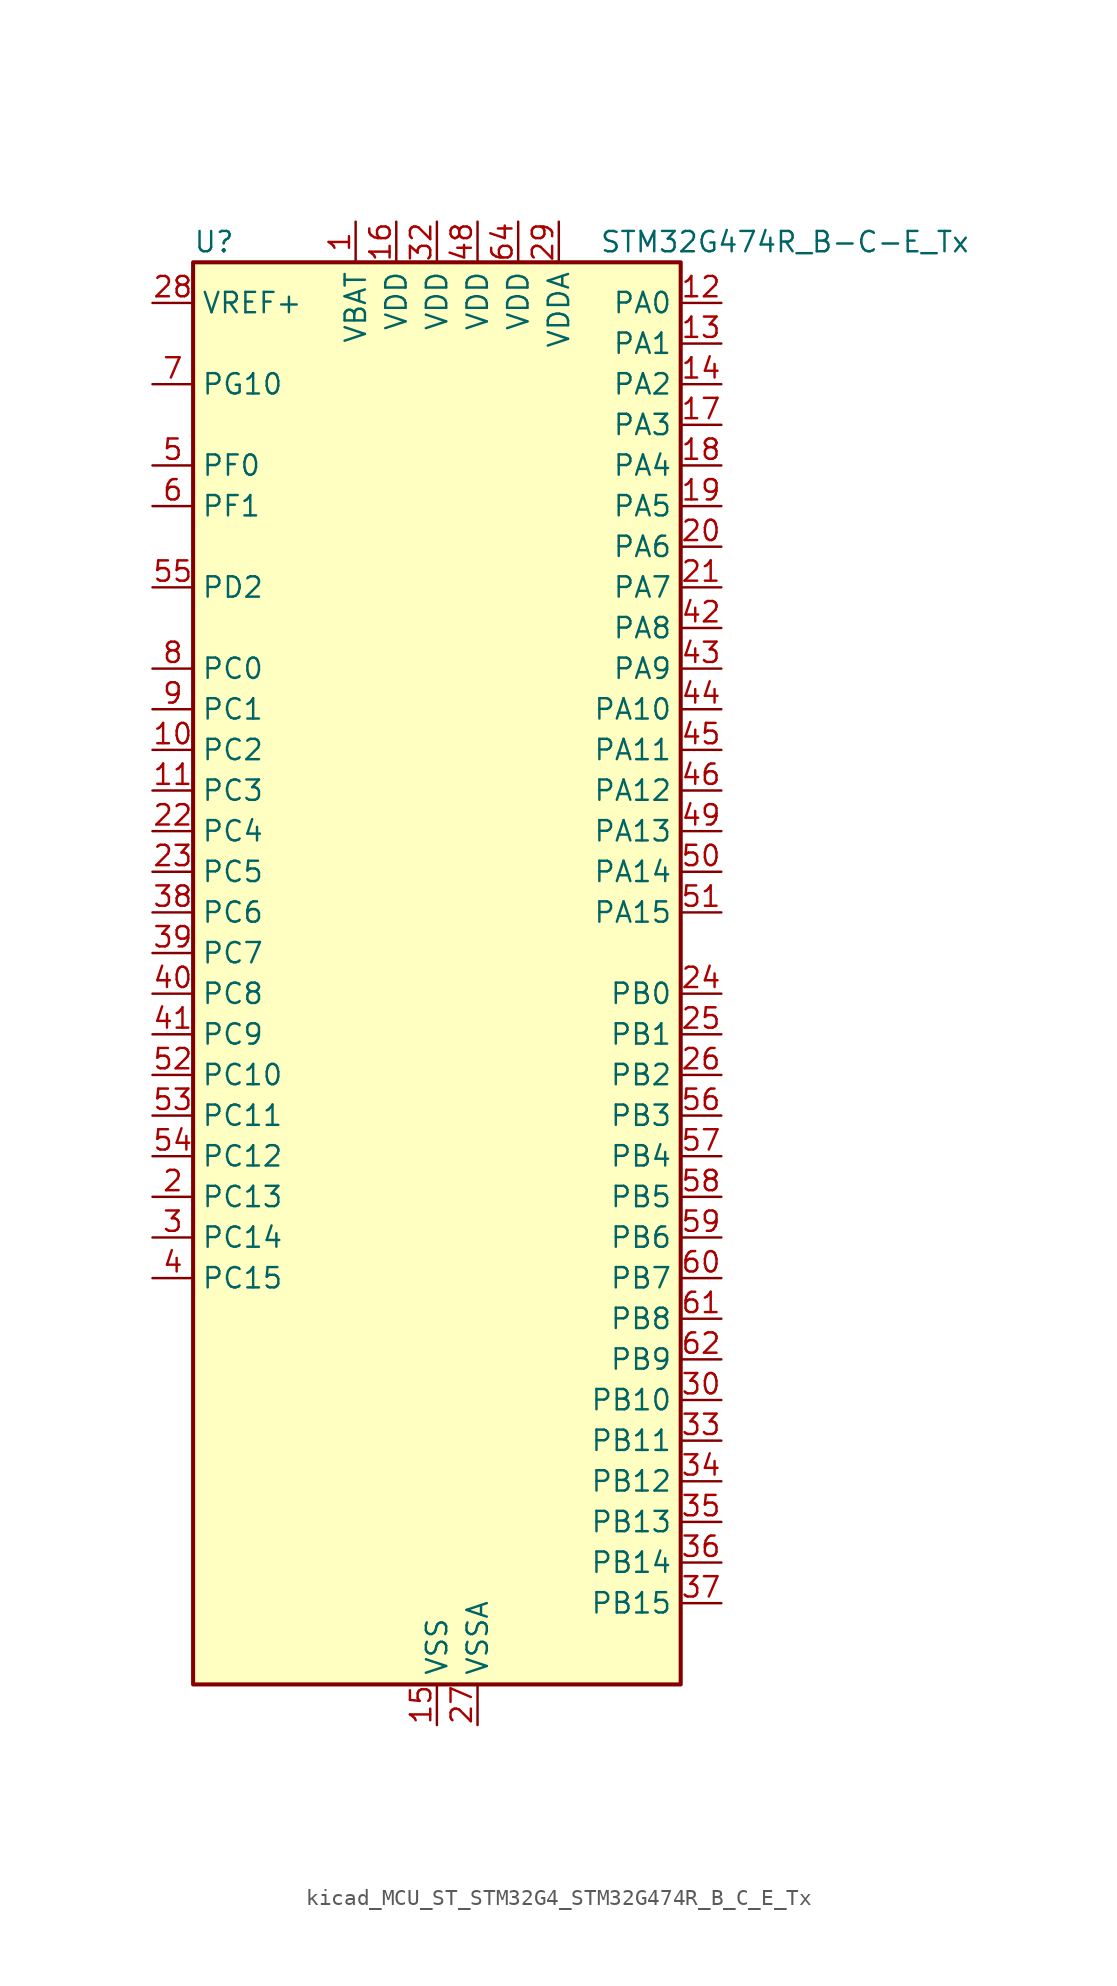
<source format=kicad_sym>
(kicad_symbol_lib
  (version 20220914)
  (generator kicad_symbol_editor)
  (symbol "kicad_MCU_ST_STM32G4_STM32G474R_B_C_E_Tx"
    (property "Reference" "U"
      (at -15.24 46.99 0)
      (effects (font (size 1.27 1.27)) (justify left)))
    (property "Value" "STM32G474R_B-C-E_Tx"
      (at 10.16 46.99 0)
      (effects (font (size 1.27 1.27)) (justify left)))
    (property "ki_locked" ""
      (at 0 0 0)
      (effects (font (size 1.27 1.27))))
    (symbol "kicad_MCU_ST_STM32G4_STM32G474R_B_C_E_Tx_0_1"
      (rectangle (start -15.24 -43.18) (end 15.24 45.72) (stroke (width 0.254) (type default)) (fill (type background))))
    (symbol "kicad_MCU_ST_STM32G4_STM32G474R_B_C_E_Tx_1_1"
      (pin power_in line (at -5.08 48.26 270) (length 2.54) (name "VBAT" (effects (font (size 1.27 1.27)))) (number "1" (effects (font (size 1.27 1.27)))))
      (pin bidirectional line (at -17.78 15.24 0) (length 2.54) (name "PC2" (effects (font (size 1.27 1.27)))) (number "10" (effects (font (size 1.27 1.27)))) (alternate "ADC1_IN8" bidirectional line) (alternate "ADC2_IN8" bidirectional line) (alternate "ADC3_EXTI2" bidirectional line) (alternate "ADC4_EXTI2" bidirectional line) (alternate "ADC5_EXTI2" bidirectional line) (alternate "COMP3_OUT" bidirectional line) (alternate "LPTIM1_IN2" bidirectional line) (alternate "QUADSPI1_BK2_IO1" bidirectional line) (alternate "TIM1_CH3" bidirectional line) (alternate "TIM20_CH2" bidirectional line))
      (pin bidirectional line (at -17.78 12.7 0) (length 2.54) (name "PC3" (effects (font (size 1.27 1.27)))) (number "11" (effects (font (size 1.27 1.27)))) (alternate "ADC1_IN9" bidirectional line) (alternate "ADC2_IN9" bidirectional line) (alternate "ADC3_EXTI3" bidirectional line) (alternate "ADC4_EXTI3" bidirectional line) (alternate "ADC5_EXTI3" bidirectional line) (alternate "LPTIM1_ETR" bidirectional line) (alternate "OPAMP5_VINP" bidirectional line) (alternate "OPAMP5_VINP_SEC" bidirectional line) (alternate "QUADSPI1_BK2_IO2" bidirectional line) (alternate "SAI1_D1" bidirectional line) (alternate "SAI1_SD_A" bidirectional line) (alternate "TIM1_BKIN2" bidirectional line) (alternate "TIM1_CH4" bidirectional line))
      (pin bidirectional line (at 17.78 43.18 180) (length 2.54) (name "PA0" (effects (font (size 1.27 1.27)))) (number "12" (effects (font (size 1.27 1.27)))) (alternate "ADC1_IN1" bidirectional line) (alternate "ADC2_IN1" bidirectional line) (alternate "COMP1_INM" bidirectional line) (alternate "COMP1_OUT" bidirectional line) (alternate "COMP3_INP" bidirectional line) (alternate "RTC_TAMP2" bidirectional line) (alternate "SYS_WKUP1" bidirectional line) (alternate "TIM2_CH1" bidirectional line) (alternate "TIM2_ETR" bidirectional line) (alternate "TIM5_CH1" bidirectional line) (alternate "TIM8_BKIN" bidirectional line) (alternate "TIM8_ETR" bidirectional line) (alternate "USART2_CTS" bidirectional line) (alternate "USART2_NSS" bidirectional line))
      (pin bidirectional line (at 17.78 40.64 180) (length 2.54) (name "PA1" (effects (font (size 1.27 1.27)))) (number "13" (effects (font (size 1.27 1.27)))) (alternate "ADC1_IN2" bidirectional line) (alternate "ADC2_IN2" bidirectional line) (alternate "COMP1_INP" bidirectional line) (alternate "OPAMP1_VINP" bidirectional line) (alternate "OPAMP1_VINP_SEC" bidirectional line) (alternate "OPAMP3_VINP" bidirectional line) (alternate "OPAMP3_VINP_SEC" bidirectional line) (alternate "OPAMP6_VINM" bidirectional line) (alternate "OPAMP6_VINM0" bidirectional line) (alternate "OPAMP6_VINM_SEC" bidirectional line) (alternate "RTC_REFIN" bidirectional line) (alternate "TIM15_CH1N" bidirectional line) (alternate "TIM2_CH2" bidirectional line) (alternate "TIM5_CH2" bidirectional line) (alternate "USART2_DE" bidirectional line) (alternate "USART2_RTS" bidirectional line))
      (pin bidirectional line (at 17.78 38.1 180) (length 2.54) (name "PA2" (effects (font (size 1.27 1.27)))) (number "14" (effects (font (size 1.27 1.27)))) (alternate "ADC1_IN3" bidirectional line) (alternate "ADC3_EXTI2" bidirectional line) (alternate "ADC4_EXTI2" bidirectional line) (alternate "ADC5_EXTI2" bidirectional line) (alternate "COMP2_INM" bidirectional line) (alternate "COMP2_OUT" bidirectional line) (alternate "LPUART1_TX" bidirectional line) (alternate "OPAMP1_VOUT" bidirectional line) (alternate "QUADSPI1_BK1_NCS" bidirectional line) (alternate "RCC_LSCO" bidirectional line) (alternate "SYS_WKUP4" bidirectional line) (alternate "TIM15_CH1" bidirectional line) (alternate "TIM2_CH3" bidirectional line) (alternate "TIM5_CH3" bidirectional line) (alternate "UCPD1_FRSTX1" bidirectional line) (alternate "UCPD1_FRSTX2" bidirectional line) (alternate "USART2_TX" bidirectional line))
      (pin power_in line (at 0 -45.72 90) (length 2.54) (name "VSS" (effects (font (size 1.27 1.27)))) (number "15" (effects (font (size 1.27 1.27)))))
      (pin power_in line (at -2.54 48.26 270) (length 2.54) (name "VDD" (effects (font (size 1.27 1.27)))) (number "16" (effects (font (size 1.27 1.27)))))
      (pin bidirectional line (at 17.78 35.56 180) (length 2.54) (name "PA3" (effects (font (size 1.27 1.27)))) (number "17" (effects (font (size 1.27 1.27)))) (alternate "ADC1_IN4" bidirectional line) (alternate "ADC3_EXTI3" bidirectional line) (alternate "ADC4_EXTI3" bidirectional line) (alternate "ADC5_EXTI3" bidirectional line) (alternate "COMP2_INP" bidirectional line) (alternate "LPUART1_RX" bidirectional line) (alternate "OPAMP1_VINM" bidirectional line) (alternate "OPAMP1_VINM0" bidirectional line) (alternate "OPAMP1_VINM_SEC" bidirectional line) (alternate "OPAMP1_VINP" bidirectional line) (alternate "OPAMP1_VINP_SEC" bidirectional line) (alternate "OPAMP5_VINM" bidirectional line) (alternate "OPAMP5_VINM1" bidirectional line) (alternate "OPAMP5_VINM_SEC" bidirectional line) (alternate "QUADSPI1_CLK" bidirectional line) (alternate "SAI1_CK1" bidirectional line) (alternate "SAI1_MCLK_A" bidirectional line) (alternate "TIM15_CH2" bidirectional line) (alternate "TIM2_CH4" bidirectional line) (alternate "TIM5_CH4" bidirectional line) (alternate "USART2_RX" bidirectional line))
      (pin bidirectional line (at 17.78 33.02 180) (length 2.54) (name "PA4" (effects (font (size 1.27 1.27)))) (number "18" (effects (font (size 1.27 1.27)))) (alternate "ADC2_IN17" bidirectional line) (alternate "COMP1_INM" bidirectional line) (alternate "DAC1_OUT1" bidirectional line) (alternate "I2S3_WS" bidirectional line) (alternate "SAI1_FS_B" bidirectional line) (alternate "SPI1_NSS" bidirectional line) (alternate "SPI3_NSS" bidirectional line) (alternate "TIM3_CH2" bidirectional line) (alternate "USART2_CK" bidirectional line))
      (pin bidirectional line (at 17.78 30.48 180) (length 2.54) (name "PA5" (effects (font (size 1.27 1.27)))) (number "19" (effects (font (size 1.27 1.27)))) (alternate "ADC2_IN13" bidirectional line) (alternate "COMP2_INM" bidirectional line) (alternate "DAC1_OUT2" bidirectional line) (alternate "OPAMP2_VINM" bidirectional line) (alternate "OPAMP2_VINM0" bidirectional line) (alternate "OPAMP2_VINM_SEC" bidirectional line) (alternate "SPI1_SCK" bidirectional line) (alternate "TIM2_CH1" bidirectional line) (alternate "TIM2_ETR" bidirectional line) (alternate "UCPD1_FRSTX1" bidirectional line) (alternate "UCPD1_FRSTX2" bidirectional line))
      (pin bidirectional line (at -17.78 -12.7 0) (length 2.54) (name "PC13" (effects (font (size 1.27 1.27)))) (number "2" (effects (font (size 1.27 1.27)))) (alternate "RTC_OUT1" bidirectional line) (alternate "RTC_TAMP1" bidirectional line) (alternate "RTC_TS" bidirectional line) (alternate "SYS_WKUP2" bidirectional line) (alternate "TIM1_BKIN" bidirectional line) (alternate "TIM1_CH1N" bidirectional line) (alternate "TIM8_CH4N" bidirectional line))
      (pin bidirectional line (at 17.78 27.94 180) (length 2.54) (name "PA6" (effects (font (size 1.27 1.27)))) (number "20" (effects (font (size 1.27 1.27)))) (alternate "ADC2_IN3" bidirectional line) (alternate "COMP1_OUT" bidirectional line) (alternate "DAC2_OUT1" bidirectional line) (alternate "LPUART1_CTS" bidirectional line) (alternate "OPAMP2_VOUT" bidirectional line) (alternate "QUADSPI1_BK1_IO3" bidirectional line) (alternate "SPI1_MISO" bidirectional line) (alternate "TIM16_CH1" bidirectional line) (alternate "TIM1_BKIN" bidirectional line) (alternate "TIM3_CH1" bidirectional line) (alternate "TIM8_BKIN" bidirectional line))
      (pin bidirectional line (at 17.78 25.4 180) (length 2.54) (name "PA7" (effects (font (size 1.27 1.27)))) (number "21" (effects (font (size 1.27 1.27)))) (alternate "ADC2_IN4" bidirectional line) (alternate "COMP2_INP" bidirectional line) (alternate "COMP2_OUT" bidirectional line) (alternate "OPAMP1_VINP" bidirectional line) (alternate "OPAMP1_VINP_SEC" bidirectional line) (alternate "OPAMP2_VINP" bidirectional line) (alternate "OPAMP2_VINP_SEC" bidirectional line) (alternate "QUADSPI1_BK1_IO2" bidirectional line) (alternate "SPI1_MOSI" bidirectional line) (alternate "TIM17_CH1" bidirectional line) (alternate "TIM1_CH1N" bidirectional line) (alternate "TIM3_CH2" bidirectional line) (alternate "TIM8_CH1N" bidirectional line) (alternate "UCPD1_FRSTX1" bidirectional line) (alternate "UCPD1_FRSTX2" bidirectional line))
      (pin bidirectional line (at -17.78 10.16 0) (length 2.54) (name "PC4" (effects (font (size 1.27 1.27)))) (number "22" (effects (font (size 1.27 1.27)))) (alternate "ADC2_IN5" bidirectional line) (alternate "I2C2_SCL" bidirectional line) (alternate "QUADSPI1_BK2_IO3" bidirectional line) (alternate "TIM1_ETR" bidirectional line) (alternate "USART1_TX" bidirectional line))
      (pin bidirectional line (at -17.78 7.62 0) (length 2.54) (name "PC5" (effects (font (size 1.27 1.27)))) (number "23" (effects (font (size 1.27 1.27)))) (alternate "ADC2_IN11" bidirectional line) (alternate "HRTIM1_EEV10" bidirectional line) (alternate "OPAMP1_VINM" bidirectional line) (alternate "OPAMP1_VINM1" bidirectional line) (alternate "OPAMP1_VINM_SEC" bidirectional line) (alternate "OPAMP2_VINM" bidirectional line) (alternate "OPAMP2_VINM1" bidirectional line) (alternate "OPAMP2_VINM_SEC" bidirectional line) (alternate "SAI1_D3" bidirectional line) (alternate "SYS_WKUP5" bidirectional line) (alternate "TIM15_BKIN" bidirectional line) (alternate "TIM1_CH4N" bidirectional line) (alternate "USART1_RX" bidirectional line))
      (pin bidirectional line (at 17.78 0 180) (length 2.54) (name "PB0" (effects (font (size 1.27 1.27)))) (number "24" (effects (font (size 1.27 1.27)))) (alternate "ADC1_IN15" bidirectional line) (alternate "ADC3_IN12" bidirectional line) (alternate "COMP4_INP" bidirectional line) (alternate "HRTIM1_FLT5" bidirectional line) (alternate "OPAMP2_VINP" bidirectional line) (alternate "OPAMP2_VINP_SEC" bidirectional line) (alternate "OPAMP3_VINP" bidirectional line) (alternate "OPAMP3_VINP_SEC" bidirectional line) (alternate "QUADSPI1_BK1_IO1" bidirectional line) (alternate "TIM1_CH2N" bidirectional line) (alternate "TIM3_CH3" bidirectional line) (alternate "TIM8_CH2N" bidirectional line) (alternate "UCPD1_FRSTX1" bidirectional line) (alternate "UCPD1_FRSTX2" bidirectional line))
      (pin bidirectional line (at 17.78 -2.54 180) (length 2.54) (name "PB1" (effects (font (size 1.27 1.27)))) (number "25" (effects (font (size 1.27 1.27)))) (alternate "ADC1_IN12" bidirectional line) (alternate "ADC3_IN1" bidirectional line) (alternate "COMP1_INP" bidirectional line) (alternate "COMP4_OUT" bidirectional line) (alternate "HRTIM1_SCOUT" bidirectional line) (alternate "LPUART1_DE" bidirectional line) (alternate "LPUART1_RTS" bidirectional line) (alternate "OPAMP3_VOUT" bidirectional line) (alternate "OPAMP6_VINM" bidirectional line) (alternate "OPAMP6_VINM1" bidirectional line) (alternate "OPAMP6_VINM_SEC" bidirectional line) (alternate "QUADSPI1_BK1_IO0" bidirectional line) (alternate "TIM1_CH3N" bidirectional line) (alternate "TIM3_CH4" bidirectional line) (alternate "TIM8_CH3N" bidirectional line))
      (pin bidirectional line (at 17.78 -5.08 180) (length 2.54) (name "PB2" (effects (font (size 1.27 1.27)))) (number "26" (effects (font (size 1.27 1.27)))) (alternate "ADC2_IN12" bidirectional line) (alternate "ADC3_EXTI2" bidirectional line) (alternate "ADC4_EXTI2" bidirectional line) (alternate "ADC5_EXTI2" bidirectional line) (alternate "COMP4_INM" bidirectional line) (alternate "HRTIM1_SCIN" bidirectional line) (alternate "I2C3_SMBA" bidirectional line) (alternate "LPTIM1_OUT" bidirectional line) (alternate "OPAMP3_VINM" bidirectional line) (alternate "OPAMP3_VINM0" bidirectional line) (alternate "OPAMP3_VINM_SEC" bidirectional line) (alternate "QUADSPI1_BK2_IO1" bidirectional line) (alternate "RTC_OUT2" bidirectional line) (alternate "TIM20_CH1" bidirectional line) (alternate "TIM5_CH1" bidirectional line))
      (pin power_in line (at 2.54 -45.72 90) (length 2.54) (name "VSSA" (effects (font (size 1.27 1.27)))) (number "27" (effects (font (size 1.27 1.27)))))
      (pin input line (at -17.78 43.18 0) (length 2.54) (name "VREF+" (effects (font (size 1.27 1.27)))) (number "28" (effects (font (size 1.27 1.27)))) (alternate "VREFBUF_OUT" bidirectional line))
      (pin power_in line (at 7.62 48.26 270) (length 2.54) (name "VDDA" (effects (font (size 1.27 1.27)))) (number "29" (effects (font (size 1.27 1.27)))))
      (pin bidirectional line (at -17.78 -15.24 0) (length 2.54) (name "PC14" (effects (font (size 1.27 1.27)))) (number "3" (effects (font (size 1.27 1.27)))) (alternate "RCC_OSC32_IN" bidirectional line))
      (pin bidirectional line (at 17.78 -25.4 180) (length 2.54) (name "PB10" (effects (font (size 1.27 1.27)))) (number "30" (effects (font (size 1.27 1.27)))) (alternate "COMP5_INM" bidirectional line) (alternate "DAC1_EXTI10" bidirectional line) (alternate "DAC2_EXTI10" bidirectional line) (alternate "DAC3_EXTI10" bidirectional line) (alternate "DAC4_EXTI10" bidirectional line) (alternate "HRTIM1_FLT3" bidirectional line) (alternate "LPUART1_RX" bidirectional line) (alternate "OPAMP3_VINM" bidirectional line) (alternate "OPAMP3_VINM1" bidirectional line) (alternate "OPAMP3_VINM_SEC" bidirectional line) (alternate "OPAMP4_VINM" bidirectional line) (alternate "OPAMP4_VINM0" bidirectional line) (alternate "OPAMP4_VINM_SEC" bidirectional line) (alternate "QUADSPI1_CLK" bidirectional line) (alternate "SAI1_SCK_A" bidirectional line) (alternate "TIM1_BKIN" bidirectional line) (alternate "TIM2_CH3" bidirectional line) (alternate "USART3_TX" bidirectional line))
      (pin passive line (at 0 -45.72 90) (length 2.54) hide (name "VSS" (effects (font (size 1.27 1.27)))) (number "31" (effects (font (size 1.27 1.27)))))
      (pin power_in line (at 0 48.26 270) (length 2.54) (name "VDD" (effects (font (size 1.27 1.27)))) (number "32" (effects (font (size 1.27 1.27)))))
      (pin bidirectional line (at 17.78 -27.94 180) (length 2.54) (name "PB11" (effects (font (size 1.27 1.27)))) (number "33" (effects (font (size 1.27 1.27)))) (alternate "ADC1_EXTI11" bidirectional line) (alternate "ADC1_IN14" bidirectional line) (alternate "ADC2_EXTI11" bidirectional line) (alternate "ADC2_IN14" bidirectional line) (alternate "COMP6_INP" bidirectional line) (alternate "HRTIM1_FLT4" bidirectional line) (alternate "LPUART1_TX" bidirectional line) (alternate "OPAMP4_VINP" bidirectional line) (alternate "OPAMP4_VINP_SEC" bidirectional line) (alternate "OPAMP6_VOUT" bidirectional line) (alternate "QUADSPI1_BK1_NCS" bidirectional line) (alternate "TIM2_CH4" bidirectional line) (alternate "USART3_RX" bidirectional line))
      (pin bidirectional line (at 17.78 -30.48 180) (length 2.54) (name "PB12" (effects (font (size 1.27 1.27)))) (number "34" (effects (font (size 1.27 1.27)))) (alternate "ADC1_IN11" bidirectional line) (alternate "ADC4_IN3" bidirectional line) (alternate "COMP7_INM" bidirectional line) (alternate "FDCAN2_RX" bidirectional line) (alternate "HRTIM1_CHC1" bidirectional line) (alternate "I2C2_SMBA" bidirectional line) (alternate "I2S2_WS" bidirectional line) (alternate "LPUART1_DE" bidirectional line) (alternate "LPUART1_RTS" bidirectional line) (alternate "OPAMP4_VOUT" bidirectional line) (alternate "OPAMP6_VINP" bidirectional line) (alternate "OPAMP6_VINP_SEC" bidirectional line) (alternate "SPI2_NSS" bidirectional line) (alternate "TIM1_BKIN" bidirectional line) (alternate "TIM5_ETR" bidirectional line) (alternate "USART3_CK" bidirectional line))
      (pin bidirectional line (at 17.78 -33.02 180) (length 2.54) (name "PB13" (effects (font (size 1.27 1.27)))) (number "35" (effects (font (size 1.27 1.27)))) (alternate "ADC3_IN5" bidirectional line) (alternate "COMP5_INP" bidirectional line) (alternate "FDCAN2_TX" bidirectional line) (alternate "HRTIM1_CHC2" bidirectional line) (alternate "I2S2_CK" bidirectional line) (alternate "LPUART1_CTS" bidirectional line) (alternate "OPAMP3_VINP" bidirectional line) (alternate "OPAMP3_VINP_SEC" bidirectional line) (alternate "OPAMP4_VINP" bidirectional line) (alternate "OPAMP4_VINP_SEC" bidirectional line) (alternate "OPAMP6_VINP" bidirectional line) (alternate "OPAMP6_VINP_SEC" bidirectional line) (alternate "SPI2_SCK" bidirectional line) (alternate "TIM1_CH1N" bidirectional line) (alternate "USART3_CTS" bidirectional line) (alternate "USART3_NSS" bidirectional line))
      (pin bidirectional line (at 17.78 -35.56 180) (length 2.54) (name "PB14" (effects (font (size 1.27 1.27)))) (number "36" (effects (font (size 1.27 1.27)))) (alternate "ADC1_IN5" bidirectional line) (alternate "ADC4_IN4" bidirectional line) (alternate "COMP4_OUT" bidirectional line) (alternate "COMP7_INP" bidirectional line) (alternate "HRTIM1_CHD1" bidirectional line) (alternate "OPAMP2_VINP" bidirectional line) (alternate "OPAMP2_VINP_SEC" bidirectional line) (alternate "OPAMP5_VINP" bidirectional line) (alternate "OPAMP5_VINP_SEC" bidirectional line) (alternate "SPI2_MISO" bidirectional line) (alternate "TIM15_CH1" bidirectional line) (alternate "TIM1_CH2N" bidirectional line) (alternate "USART3_DE" bidirectional line) (alternate "USART3_RTS" bidirectional line))
      (pin bidirectional line (at 17.78 -38.1 180) (length 2.54) (name "PB15" (effects (font (size 1.27 1.27)))) (number "37" (effects (font (size 1.27 1.27)))) (alternate "ADC1_EXTI15" bidirectional line) (alternate "ADC2_EXTI15" bidirectional line) (alternate "ADC2_IN15" bidirectional line) (alternate "ADC4_IN5" bidirectional line) (alternate "COMP3_OUT" bidirectional line) (alternate "COMP6_INM" bidirectional line) (alternate "HRTIM1_CHD2" bidirectional line) (alternate "I2S2_SD" bidirectional line) (alternate "OPAMP5_VINM" bidirectional line) (alternate "OPAMP5_VINM0" bidirectional line) (alternate "OPAMP5_VINM_SEC" bidirectional line) (alternate "RTC_REFIN" bidirectional line) (alternate "SPI2_MOSI" bidirectional line) (alternate "TIM15_CH1N" bidirectional line) (alternate "TIM15_CH2" bidirectional line) (alternate "TIM1_CH3N" bidirectional line))
      (pin bidirectional line (at -17.78 5.08 0) (length 2.54) (name "PC6" (effects (font (size 1.27 1.27)))) (number "38" (effects (font (size 1.27 1.27)))) (alternate "COMP6_OUT" bidirectional line) (alternate "HRTIM1_CHF1" bidirectional line) (alternate "HRTIM1_EEV10" bidirectional line) (alternate "I2C4_SCL" bidirectional line) (alternate "I2S2_MCK" bidirectional line) (alternate "TIM3_CH1" bidirectional line) (alternate "TIM8_CH1" bidirectional line))
      (pin bidirectional line (at -17.78 2.54 0) (length 2.54) (name "PC7" (effects (font (size 1.27 1.27)))) (number "39" (effects (font (size 1.27 1.27)))) (alternate "COMP5_OUT" bidirectional line) (alternate "HRTIM1_CHF2" bidirectional line) (alternate "HRTIM1_FLT5" bidirectional line) (alternate "I2C4_SDA" bidirectional line) (alternate "I2S3_MCK" bidirectional line) (alternate "TIM3_CH2" bidirectional line) (alternate "TIM8_CH2" bidirectional line))
      (pin bidirectional line (at -17.78 -17.78 0) (length 2.54) (name "PC15" (effects (font (size 1.27 1.27)))) (number "4" (effects (font (size 1.27 1.27)))) (alternate "ADC1_EXTI15" bidirectional line) (alternate "ADC2_EXTI15" bidirectional line) (alternate "RCC_OSC32_OUT" bidirectional line))
      (pin bidirectional line (at -17.78 0 0) (length 2.54) (name "PC8" (effects (font (size 1.27 1.27)))) (number "40" (effects (font (size 1.27 1.27)))) (alternate "COMP7_OUT" bidirectional line) (alternate "HRTIM1_CHE1" bidirectional line) (alternate "I2C3_SCL" bidirectional line) (alternate "TIM20_CH3" bidirectional line) (alternate "TIM3_CH3" bidirectional line) (alternate "TIM8_CH3" bidirectional line))
      (pin bidirectional line (at -17.78 -2.54 0) (length 2.54) (name "PC9" (effects (font (size 1.27 1.27)))) (number "41" (effects (font (size 1.27 1.27)))) (alternate "DAC1_EXTI9" bidirectional line) (alternate "DAC2_EXTI9" bidirectional line) (alternate "DAC3_EXTI9" bidirectional line) (alternate "DAC4_EXTI9" bidirectional line) (alternate "HRTIM1_CHE2" bidirectional line) (alternate "I2C3_SDA" bidirectional line) (alternate "I2S_CKIN" bidirectional line) (alternate "TIM3_CH4" bidirectional line) (alternate "TIM8_BKIN2" bidirectional line) (alternate "TIM8_CH4" bidirectional line))
      (pin bidirectional line (at 17.78 22.86 180) (length 2.54) (name "PA8" (effects (font (size 1.27 1.27)))) (number "42" (effects (font (size 1.27 1.27)))) (alternate "ADC5_IN1" bidirectional line) (alternate "COMP7_OUT" bidirectional line) (alternate "FDCAN3_RX" bidirectional line) (alternate "HRTIM1_CHA1" bidirectional line) (alternate "I2C2_SDA" bidirectional line) (alternate "I2C3_SCL" bidirectional line) (alternate "I2S2_MCK" bidirectional line) (alternate "OPAMP5_VOUT" bidirectional line) (alternate "RCC_MCO" bidirectional line) (alternate "SAI1_CK2" bidirectional line) (alternate "SAI1_SCK_A" bidirectional line) (alternate "TIM1_CH1" bidirectional line) (alternate "TIM4_ETR" bidirectional line) (alternate "USART1_CK" bidirectional line))
      (pin bidirectional line (at 17.78 20.32 180) (length 2.54) (name "PA9" (effects (font (size 1.27 1.27)))) (number "43" (effects (font (size 1.27 1.27)))) (alternate "ADC5_IN2" bidirectional line) (alternate "COMP5_OUT" bidirectional line) (alternate "DAC1_EXTI9" bidirectional line) (alternate "DAC2_EXTI9" bidirectional line) (alternate "DAC3_EXTI9" bidirectional line) (alternate "DAC4_EXTI9" bidirectional line) (alternate "HRTIM1_CHA2" bidirectional line) (alternate "I2C2_SCL" bidirectional line) (alternate "I2C3_SMBA" bidirectional line) (alternate "I2S3_MCK" bidirectional line) (alternate "SAI1_FS_A" bidirectional line) (alternate "TIM15_BKIN" bidirectional line) (alternate "TIM1_CH2" bidirectional line) (alternate "TIM2_CH3" bidirectional line) (alternate "UCPD1_DBCC1" bidirectional line) (alternate "USART1_TX" bidirectional line))
      (pin bidirectional line (at 17.78 17.78 180) (length 2.54) (name "PA10" (effects (font (size 1.27 1.27)))) (number "44" (effects (font (size 1.27 1.27)))) (alternate "COMP6_OUT" bidirectional line) (alternate "CRS_SYNC" bidirectional line) (alternate "DAC1_EXTI10" bidirectional line) (alternate "DAC2_EXTI10" bidirectional line) (alternate "DAC3_EXTI10" bidirectional line) (alternate "DAC4_EXTI10" bidirectional line) (alternate "HRTIM1_CHB1" bidirectional line) (alternate "I2C2_SMBA" bidirectional line) (alternate "SAI1_D1" bidirectional line) (alternate "SAI1_SD_A" bidirectional line) (alternate "SPI2_MISO" bidirectional line) (alternate "TIM17_BKIN" bidirectional line) (alternate "TIM1_CH3" bidirectional line) (alternate "TIM2_CH4" bidirectional line) (alternate "TIM8_BKIN" bidirectional line) (alternate "UCPD1_DBCC2" bidirectional line) (alternate "USART1_RX" bidirectional line))
      (pin bidirectional line (at 17.78 15.24 180) (length 2.54) (name "PA11" (effects (font (size 1.27 1.27)))) (number "45" (effects (font (size 1.27 1.27)))) (alternate "ADC1_EXTI11" bidirectional line) (alternate "ADC2_EXTI11" bidirectional line) (alternate "COMP1_OUT" bidirectional line) (alternate "FDCAN1_RX" bidirectional line) (alternate "HRTIM1_CHB2" bidirectional line) (alternate "I2S2_SD" bidirectional line) (alternate "SPI2_MOSI" bidirectional line) (alternate "TIM1_BKIN2" bidirectional line) (alternate "TIM1_CH1N" bidirectional line) (alternate "TIM1_CH4" bidirectional line) (alternate "TIM4_CH1" bidirectional line) (alternate "USART1_CTS" bidirectional line) (alternate "USART1_NSS" bidirectional line) (alternate "USB_DM" bidirectional line))
      (pin bidirectional line (at 17.78 12.7 180) (length 2.54) (name "PA12" (effects (font (size 1.27 1.27)))) (number "46" (effects (font (size 1.27 1.27)))) (alternate "COMP2_OUT" bidirectional line) (alternate "FDCAN1_TX" bidirectional line) (alternate "HRTIM1_FLT1" bidirectional line) (alternate "I2S_CKIN" bidirectional line) (alternate "TIM16_CH1" bidirectional line) (alternate "TIM1_CH2N" bidirectional line) (alternate "TIM1_ETR" bidirectional line) (alternate "TIM4_CH2" bidirectional line) (alternate "USART1_DE" bidirectional line) (alternate "USART1_RTS" bidirectional line) (alternate "USB_DP" bidirectional line))
      (pin passive line (at 0 -45.72 90) (length 2.54) hide (name "VSS" (effects (font (size 1.27 1.27)))) (number "47" (effects (font (size 1.27 1.27)))))
      (pin power_in line (at 2.54 48.26 270) (length 2.54) (name "VDD" (effects (font (size 1.27 1.27)))) (number "48" (effects (font (size 1.27 1.27)))))
      (pin bidirectional line (at 17.78 10.16 180) (length 2.54) (name "PA13" (effects (font (size 1.27 1.27)))) (number "49" (effects (font (size 1.27 1.27)))) (alternate "I2C1_SCL" bidirectional line) (alternate "I2C4_SCL" bidirectional line) (alternate "IR_OUT" bidirectional line) (alternate "SAI1_SD_B" bidirectional line) (alternate "SYS_JTMS-SWDIO" bidirectional line) (alternate "TIM16_CH1N" bidirectional line) (alternate "TIM4_CH3" bidirectional line) (alternate "USART3_CTS" bidirectional line) (alternate "USART3_NSS" bidirectional line))
      (pin bidirectional line (at -17.78 33.02 0) (length 2.54) (name "PF0" (effects (font (size 1.27 1.27)))) (number "5" (effects (font (size 1.27 1.27)))) (alternate "ADC1_IN10" bidirectional line) (alternate "I2C2_SDA" bidirectional line) (alternate "I2S2_WS" bidirectional line) (alternate "RCC_OSC_IN" bidirectional line) (alternate "SPI2_NSS" bidirectional line) (alternate "TIM1_CH3N" bidirectional line))
      (pin bidirectional line (at 17.78 7.62 180) (length 2.54) (name "PA14" (effects (font (size 1.27 1.27)))) (number "50" (effects (font (size 1.27 1.27)))) (alternate "I2C1_SDA" bidirectional line) (alternate "I2C4_SMBA" bidirectional line) (alternate "LPTIM1_OUT" bidirectional line) (alternate "SAI1_FS_B" bidirectional line) (alternate "SYS_JTCK-SWCLK" bidirectional line) (alternate "TIM1_BKIN" bidirectional line) (alternate "TIM8_CH2" bidirectional line) (alternate "USART2_TX" bidirectional line))
      (pin bidirectional line (at 17.78 5.08 180) (length 2.54) (name "PA15" (effects (font (size 1.27 1.27)))) (number "51" (effects (font (size 1.27 1.27)))) (alternate "ADC1_EXTI15" bidirectional line) (alternate "ADC2_EXTI15" bidirectional line) (alternate "FDCAN3_TX" bidirectional line) (alternate "HRTIM1_FLT2" bidirectional line) (alternate "I2C1_SCL" bidirectional line) (alternate "I2S3_WS" bidirectional line) (alternate "SPI1_NSS" bidirectional line) (alternate "SPI3_NSS" bidirectional line) (alternate "SYS_JTDI" bidirectional line) (alternate "TIM1_BKIN" bidirectional line) (alternate "TIM2_CH1" bidirectional line) (alternate "TIM2_ETR" bidirectional line) (alternate "TIM8_CH1" bidirectional line) (alternate "UART4_DE" bidirectional line) (alternate "UART4_RTS" bidirectional line) (alternate "USART2_RX" bidirectional line))
      (pin bidirectional line (at -17.78 -5.08 0) (length 2.54) (name "PC10" (effects (font (size 1.27 1.27)))) (number "52" (effects (font (size 1.27 1.27)))) (alternate "DAC1_EXTI10" bidirectional line) (alternate "DAC2_EXTI10" bidirectional line) (alternate "DAC3_EXTI10" bidirectional line) (alternate "DAC4_EXTI10" bidirectional line) (alternate "HRTIM1_FLT6" bidirectional line) (alternate "I2S3_CK" bidirectional line) (alternate "SPI3_SCK" bidirectional line) (alternate "TIM8_CH1N" bidirectional line) (alternate "UART4_TX" bidirectional line) (alternate "USART3_TX" bidirectional line))
      (pin bidirectional line (at -17.78 -7.62 0) (length 2.54) (name "PC11" (effects (font (size 1.27 1.27)))) (number "53" (effects (font (size 1.27 1.27)))) (alternate "ADC1_EXTI11" bidirectional line) (alternate "ADC2_EXTI11" bidirectional line) (alternate "HRTIM1_EEV2" bidirectional line) (alternate "I2C3_SDA" bidirectional line) (alternate "SPI3_MISO" bidirectional line) (alternate "TIM8_CH2N" bidirectional line) (alternate "UART4_RX" bidirectional line) (alternate "USART3_RX" bidirectional line))
      (pin bidirectional line (at -17.78 -10.16 0) (length 2.54) (name "PC12" (effects (font (size 1.27 1.27)))) (number "54" (effects (font (size 1.27 1.27)))) (alternate "HRTIM1_EEV1" bidirectional line) (alternate "I2S3_SD" bidirectional line) (alternate "SPI3_MOSI" bidirectional line) (alternate "TIM5_CH2" bidirectional line) (alternate "TIM8_CH3N" bidirectional line) (alternate "UART5_TX" bidirectional line) (alternate "UCPD1_FRSTX1" bidirectional line) (alternate "UCPD1_FRSTX2" bidirectional line) (alternate "USART3_CK" bidirectional line))
      (pin bidirectional line (at -17.78 25.4 0) (length 2.54) (name "PD2" (effects (font (size 1.27 1.27)))) (number "55" (effects (font (size 1.27 1.27)))) (alternate "ADC3_EXTI2" bidirectional line) (alternate "ADC4_EXTI2" bidirectional line) (alternate "ADC5_EXTI2" bidirectional line) (alternate "TIM3_ETR" bidirectional line) (alternate "TIM8_BKIN" bidirectional line) (alternate "UART5_RX" bidirectional line))
      (pin bidirectional line (at 17.78 -7.62 180) (length 2.54) (name "PB3" (effects (font (size 1.27 1.27)))) (number "56" (effects (font (size 1.27 1.27)))) (alternate "ADC3_EXTI3" bidirectional line) (alternate "ADC4_EXTI3" bidirectional line) (alternate "ADC5_EXTI3" bidirectional line) (alternate "CRS_SYNC" bidirectional line) (alternate "FDCAN3_RX" bidirectional line) (alternate "HRTIM1_EEV9" bidirectional line) (alternate "HRTIM1_SCOUT" bidirectional line) (alternate "I2S3_CK" bidirectional line) (alternate "SAI1_SCK_B" bidirectional line) (alternate "SPI1_SCK" bidirectional line) (alternate "SPI3_SCK" bidirectional line) (alternate "SYS_JTDO-SWO" bidirectional line) (alternate "TIM2_CH2" bidirectional line) (alternate "TIM3_ETR" bidirectional line) (alternate "TIM4_ETR" bidirectional line) (alternate "TIM8_CH1N" bidirectional line) (alternate "USART2_TX" bidirectional line))
      (pin bidirectional line (at 17.78 -10.16 180) (length 2.54) (name "PB4" (effects (font (size 1.27 1.27)))) (number "57" (effects (font (size 1.27 1.27)))) (alternate "FDCAN3_TX" bidirectional line) (alternate "HRTIM1_EEV7" bidirectional line) (alternate "SAI1_MCLK_B" bidirectional line) (alternate "SPI1_MISO" bidirectional line) (alternate "SPI3_MISO" bidirectional line) (alternate "SYS_JTRST" bidirectional line) (alternate "TIM16_CH1" bidirectional line) (alternate "TIM17_BKIN" bidirectional line) (alternate "TIM3_CH1" bidirectional line) (alternate "TIM8_CH2N" bidirectional line) (alternate "UART5_DE" bidirectional line) (alternate "UART5_RTS" bidirectional line) (alternate "UCPD1_CC2" bidirectional line) (alternate "USART2_RX" bidirectional line))
      (pin bidirectional line (at 17.78 -12.7 180) (length 2.54) (name "PB5" (effects (font (size 1.27 1.27)))) (number "58" (effects (font (size 1.27 1.27)))) (alternate "FDCAN2_RX" bidirectional line) (alternate "HRTIM1_EEV6" bidirectional line) (alternate "I2C1_SMBA" bidirectional line) (alternate "I2C3_SDA" bidirectional line) (alternate "I2S3_SD" bidirectional line) (alternate "LPTIM1_IN1" bidirectional line) (alternate "SAI1_SD_B" bidirectional line) (alternate "SPI1_MOSI" bidirectional line) (alternate "SPI3_MOSI" bidirectional line) (alternate "TIM16_BKIN" bidirectional line) (alternate "TIM17_CH1" bidirectional line) (alternate "TIM3_CH2" bidirectional line) (alternate "TIM8_CH3N" bidirectional line) (alternate "UART5_CTS" bidirectional line) (alternate "USART2_CK" bidirectional line))
      (pin bidirectional line (at 17.78 -15.24 180) (length 2.54) (name "PB6" (effects (font (size 1.27 1.27)))) (number "59" (effects (font (size 1.27 1.27)))) (alternate "COMP4_OUT" bidirectional line) (alternate "FDCAN2_TX" bidirectional line) (alternate "HRTIM1_EEV4" bidirectional line) (alternate "HRTIM1_SCIN" bidirectional line) (alternate "LPTIM1_ETR" bidirectional line) (alternate "SAI1_FS_B" bidirectional line) (alternate "TIM16_CH1N" bidirectional line) (alternate "TIM4_CH1" bidirectional line) (alternate "TIM8_BKIN2" bidirectional line) (alternate "TIM8_CH1" bidirectional line) (alternate "TIM8_ETR" bidirectional line) (alternate "UCPD1_CC1" bidirectional line) (alternate "USART1_TX" bidirectional line))
      (pin bidirectional line (at -17.78 30.48 0) (length 2.54) (name "PF1" (effects (font (size 1.27 1.27)))) (number "6" (effects (font (size 1.27 1.27)))) (alternate "ADC2_IN10" bidirectional line) (alternate "COMP3_INM" bidirectional line) (alternate "I2S2_CK" bidirectional line) (alternate "RCC_OSC_OUT" bidirectional line) (alternate "SPI2_SCK" bidirectional line))
      (pin bidirectional line (at 17.78 -17.78 180) (length 2.54) (name "PB7" (effects (font (size 1.27 1.27)))) (number "60" (effects (font (size 1.27 1.27)))) (alternate "COMP3_OUT" bidirectional line) (alternate "HRTIM1_EEV3" bidirectional line) (alternate "I2C1_SDA" bidirectional line) (alternate "I2C4_SDA" bidirectional line) (alternate "LPTIM1_IN2" bidirectional line) (alternate "SYS_PVD_IN" bidirectional line) (alternate "TIM17_CH1N" bidirectional line) (alternate "TIM3_CH4" bidirectional line) (alternate "TIM4_CH2" bidirectional line) (alternate "TIM8_BKIN" bidirectional line) (alternate "UART4_CTS" bidirectional line) (alternate "USART1_RX" bidirectional line))
      (pin bidirectional line (at 17.78 -20.32 180) (length 2.54) (name "PB8" (effects (font (size 1.27 1.27)))) (number "61" (effects (font (size 1.27 1.27)))) (alternate "COMP1_OUT" bidirectional line) (alternate "FDCAN1_RX" bidirectional line) (alternate "HRTIM1_EEV8" bidirectional line) (alternate "I2C1_SCL" bidirectional line) (alternate "SAI1_CK1" bidirectional line) (alternate "SAI1_MCLK_A" bidirectional line) (alternate "TIM16_CH1" bidirectional line) (alternate "TIM1_BKIN" bidirectional line) (alternate "TIM4_CH3" bidirectional line) (alternate "TIM8_CH2" bidirectional line) (alternate "USART3_RX" bidirectional line))
      (pin bidirectional line (at 17.78 -22.86 180) (length 2.54) (name "PB9" (effects (font (size 1.27 1.27)))) (number "62" (effects (font (size 1.27 1.27)))) (alternate "COMP2_OUT" bidirectional line) (alternate "DAC1_EXTI9" bidirectional line) (alternate "DAC2_EXTI9" bidirectional line) (alternate "DAC3_EXTI9" bidirectional line) (alternate "DAC4_EXTI9" bidirectional line) (alternate "FDCAN1_TX" bidirectional line) (alternate "HRTIM1_EEV5" bidirectional line) (alternate "I2C1_SDA" bidirectional line) (alternate "IR_OUT" bidirectional line) (alternate "SAI1_D2" bidirectional line) (alternate "SAI1_FS_A" bidirectional line) (alternate "TIM17_CH1" bidirectional line) (alternate "TIM1_CH3N" bidirectional line) (alternate "TIM4_CH4" bidirectional line) (alternate "TIM8_CH3" bidirectional line) (alternate "USART3_TX" bidirectional line))
      (pin passive line (at 0 -45.72 90) (length 2.54) hide (name "VSS" (effects (font (size 1.27 1.27)))) (number "63" (effects (font (size 1.27 1.27)))))
      (pin power_in line (at 5.08 48.26 270) (length 2.54) (name "VDD" (effects (font (size 1.27 1.27)))) (number "64" (effects (font (size 1.27 1.27)))))
      (pin bidirectional line (at -17.78 38.1 0) (length 2.54) (name "PG10" (effects (font (size 1.27 1.27)))) (number "7" (effects (font (size 1.27 1.27)))) (alternate "DAC1_EXTI10" bidirectional line) (alternate "DAC2_EXTI10" bidirectional line) (alternate "DAC3_EXTI10" bidirectional line) (alternate "DAC4_EXTI10" bidirectional line) (alternate "RCC_MCO" bidirectional line))
      (pin bidirectional line (at -17.78 20.32 0) (length 2.54) (name "PC0" (effects (font (size 1.27 1.27)))) (number "8" (effects (font (size 1.27 1.27)))) (alternate "ADC1_IN6" bidirectional line) (alternate "ADC2_IN6" bidirectional line) (alternate "COMP3_INM" bidirectional line) (alternate "LPTIM1_IN1" bidirectional line) (alternate "LPUART1_RX" bidirectional line) (alternate "TIM1_CH1" bidirectional line))
      (pin bidirectional line (at -17.78 17.78 0) (length 2.54) (name "PC1" (effects (font (size 1.27 1.27)))) (number "9" (effects (font (size 1.27 1.27)))) (alternate "ADC1_IN7" bidirectional line) (alternate "ADC2_IN7" bidirectional line) (alternate "COMP3_INP" bidirectional line) (alternate "LPTIM1_OUT" bidirectional line) (alternate "LPUART1_TX" bidirectional line) (alternate "QUADSPI1_BK2_IO0" bidirectional line) (alternate "SAI1_SD_A" bidirectional line) (alternate "TIM1_CH2" bidirectional line)))))
</source>
